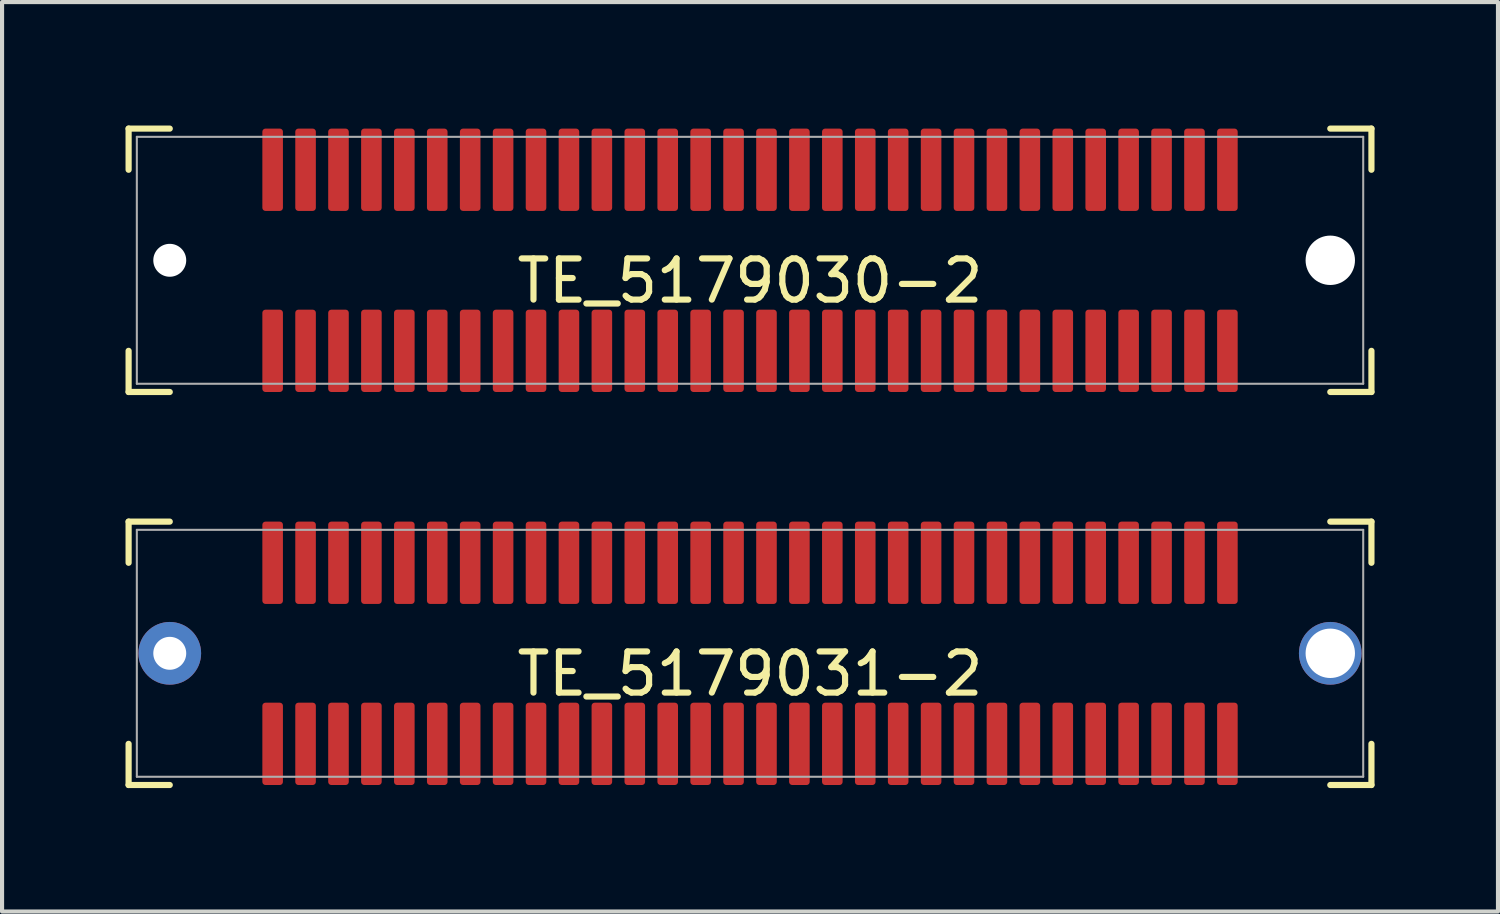
<source format=kicad_pcb>
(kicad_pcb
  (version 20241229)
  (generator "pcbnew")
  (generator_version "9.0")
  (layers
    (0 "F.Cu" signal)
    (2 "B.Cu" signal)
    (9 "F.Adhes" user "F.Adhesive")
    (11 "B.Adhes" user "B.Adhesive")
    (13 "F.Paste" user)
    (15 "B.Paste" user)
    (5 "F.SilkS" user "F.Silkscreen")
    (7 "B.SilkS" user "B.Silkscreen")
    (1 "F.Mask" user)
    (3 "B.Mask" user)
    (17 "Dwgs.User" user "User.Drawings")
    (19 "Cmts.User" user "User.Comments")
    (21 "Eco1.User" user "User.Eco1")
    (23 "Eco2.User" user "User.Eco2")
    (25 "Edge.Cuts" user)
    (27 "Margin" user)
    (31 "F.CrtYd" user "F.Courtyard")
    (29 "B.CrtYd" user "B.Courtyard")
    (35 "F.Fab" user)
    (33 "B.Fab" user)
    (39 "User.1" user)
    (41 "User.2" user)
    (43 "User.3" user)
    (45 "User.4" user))
  (footprint "TE_5179031-2"
    (layer "F.Cu")
    (at 15.175 12.825)
    (property "Reference" "TE_5179031-2" (at 0 0.5 0) (layer "F.SilkS") (effects (font (size 1 1) (thickness 0.15))))
    (attr through_hole)
    (fp_line (start -15.1 -3.2) (end -15.1 -2.2) (stroke (width 0.15) (type solid)) (layer "F.SilkS"))
    (fp_line (start -15.1 -3.2) (end -14.1 -3.2) (stroke (width 0.15) (type solid)) (layer "F.SilkS"))
    (fp_line (start -15.1 3.2) (end -15.1 2.2) (stroke (width 0.15) (type solid)) (layer "F.SilkS"))
    (fp_line (start -15.1 3.2) (end -14.1 3.2) (stroke (width 0.15) (type solid)) (layer "F.SilkS"))
    (fp_line (start 15.1 -3.2) (end 14.1 -3.2) (stroke (width 0.15) (type solid)) (layer "F.SilkS"))
    (fp_line (start 15.1 -3.2) (end 15.1 -2.2) (stroke (width 0.15) (type solid)) (layer "F.SilkS"))
    (fp_line (start 15.1 3.2) (end 14.1 3.2) (stroke (width 0.15) (type solid)) (layer "F.SilkS"))
    (fp_line (start 15.1 3.2) (end 15.1 2.2) (stroke (width 0.15) (type solid)) (layer "F.SilkS"))
    (fp_line (start -14.9 -3) (end 14.9 -3) (stroke (width 0.05) (type solid)) (layer "F.Fab"))
    (fp_line (start -14.9 3) (end -14.9 -3) (stroke (width 0.05) (type solid)) (layer "F.Fab"))
    (fp_line (start 14.9 -3) (end 14.9 3) (stroke (width 0.05) (type solid)) (layer "F.Fab"))
    (fp_line (start 14.9 3) (end -14.9 3) (stroke (width 0.05) (type solid)) (layer "F.Fab"))
    (pad "" np_thru_hole circle (at -14.1 0) (size 1.524 1.524) (drill 0.8) (layers "*.Cu" "*.Mask"))
    (pad "" np_thru_hole circle (at 14.1 0) (size 1.524 1.524) (drill 1.2) (layers "*.Cu" "*.Mask"))
    (pad "1" smd roundrect (at -11.6 2.2) (size 0.5 2) (layers "F.Cu" "F.Mask" "F.Paste") (roundrect_rratio 0.15))
    (pad "2" smd roundrect (at -11.6 -2.2) (size 0.5 2) (layers "F.Cu" "F.Mask" "F.Paste") (roundrect_rratio 0.15))
    (pad "3" smd roundrect (at -10.8 2.2) (size 0.5 2) (layers "F.Cu" "F.Mask" "F.Paste") (roundrect_rratio 0.15))
    (pad "4" smd roundrect (at -10.8 -2.2) (size 0.5 2) (layers "F.Cu" "F.Mask" "F.Paste") (roundrect_rratio 0.15))
    (pad "5" smd roundrect (at -10 2.2) (size 0.5 2) (layers "F.Cu" "F.Mask" "F.Paste") (roundrect_rratio 0.15))
    (pad "6" smd roundrect (at -10 -2.2) (size 0.5 2) (layers "F.Cu" "F.Mask" "F.Paste") (roundrect_rratio 0.15))
    (pad "7" smd roundrect (at -9.2 2.2) (size 0.5 2) (layers "F.Cu" "F.Mask" "F.Paste") (roundrect_rratio 0.15))
    (pad "8" smd roundrect (at -9.2 -2.2) (size 0.5 2) (layers "F.Cu" "F.Mask" "F.Paste") (roundrect_rratio 0.15))
    (pad "9" smd roundrect (at -8.4 2.2) (size 0.5 2) (layers "F.Cu" "F.Mask" "F.Paste") (roundrect_rratio 0.15))
    (pad "10" smd roundrect (at -8.4 -2.2) (size 0.5 2) (layers "F.Cu" "F.Mask" "F.Paste") (roundrect_rratio 0.15))
    (pad "11" smd roundrect (at -7.6 2.2) (size 0.5 2) (layers "F.Cu" "F.Mask" "F.Paste") (roundrect_rratio 0.15))
    (pad "12" smd roundrect (at -7.6 -2.2) (size 0.5 2) (layers "F.Cu" "F.Mask" "F.Paste") (roundrect_rratio 0.15))
    (pad "13" smd roundrect (at -6.8 2.2) (size 0.5 2) (layers "F.Cu" "F.Mask" "F.Paste") (roundrect_rratio 0.15))
    (pad "14" smd roundrect (at -6.8 -2.2) (size 0.5 2) (layers "F.Cu" "F.Mask" "F.Paste") (roundrect_rratio 0.15))
    (pad "15" smd roundrect (at -6 2.2) (size 0.5 2) (layers "F.Cu" "F.Mask" "F.Paste") (roundrect_rratio 0.15))
    (pad "16" smd roundrect (at -6 -2.2) (size 0.5 2) (layers "F.Cu" "F.Mask" "F.Paste") (roundrect_rratio 0.15))
    (pad "17" smd roundrect (at -5.2 2.2) (size 0.5 2) (layers "F.Cu" "F.Mask" "F.Paste") (roundrect_rratio 0.15))
    (pad "18" smd roundrect (at -5.2 -2.2) (size 0.5 2) (layers "F.Cu" "F.Mask" "F.Paste") (roundrect_rratio 0.15))
    (pad "19" smd roundrect (at -4.4 2.2) (size 0.5 2) (layers "F.Cu" "F.Mask" "F.Paste") (roundrect_rratio 0.15))
    (pad "20" smd roundrect (at -4.4 -2.2) (size 0.5 2) (layers "F.Cu" "F.Mask" "F.Paste") (roundrect_rratio 0.15))
    (pad "21" smd roundrect (at -3.6 2.2) (size 0.5 2) (layers "F.Cu" "F.Mask" "F.Paste") (roundrect_rratio 0.15))
    (pad "22" smd roundrect (at -3.6 -2.2) (size 0.5 2) (layers "F.Cu" "F.Mask" "F.Paste") (roundrect_rratio 0.15))
    (pad "23" smd roundrect (at -2.8 2.2) (size 0.5 2) (layers "F.Cu" "F.Mask" "F.Paste") (roundrect_rratio 0.15))
    (pad "24" smd roundrect (at -2.8 -2.2) (size 0.5 2) (layers "F.Cu" "F.Mask" "F.Paste") (roundrect_rratio 0.15))
    (pad "25" smd roundrect (at -2 2.2) (size 0.5 2) (layers "F.Cu" "F.Mask" "F.Paste") (roundrect_rratio 0.15))
    (pad "26" smd roundrect (at -2 -2.2) (size 0.5 2) (layers "F.Cu" "F.Mask" "F.Paste") (roundrect_rratio 0.15))
    (pad "27" smd roundrect (at -1.2 2.2) (size 0.5 2) (layers "F.Cu" "F.Mask" "F.Paste") (roundrect_rratio 0.15))
    (pad "28" smd roundrect (at -1.2 -2.2) (size 0.5 2) (layers "F.Cu" "F.Mask" "F.Paste") (roundrect_rratio 0.15))
    (pad "29" smd roundrect (at -0.4 2.2) (size 0.5 2) (layers "F.Cu" "F.Mask" "F.Paste") (roundrect_rratio 0.15))
    (pad "30" smd roundrect (at -0.4 -2.2) (size 0.5 2) (layers "F.Cu" "F.Mask" "F.Paste") (roundrect_rratio 0.15))
    (pad "31" smd roundrect (at 0.4 2.2) (size 0.5 2) (layers "F.Cu" "F.Mask" "F.Paste") (roundrect_rratio 0.15))
    (pad "32" smd roundrect (at 0.4 -2.2) (size 0.5 2) (layers "F.Cu" "F.Mask" "F.Paste") (roundrect_rratio 0.15))
    (pad "33" smd roundrect (at 1.2 2.2) (size 0.5 2) (layers "F.Cu" "F.Mask" "F.Paste") (roundrect_rratio 0.15))
    (pad "34" smd roundrect (at 1.2 -2.2) (size 0.5 2) (layers "F.Cu" "F.Mask" "F.Paste") (roundrect_rratio 0.15))
    (pad "35" smd roundrect (at 2 2.2) (size 0.5 2) (layers "F.Cu" "F.Mask" "F.Paste") (roundrect_rratio 0.15))
    (pad "36" smd roundrect (at 2 -2.2) (size 0.5 2) (layers "F.Cu" "F.Mask" "F.Paste") (roundrect_rratio 0.15))
    (pad "37" smd roundrect (at 2.8 2.2) (size 0.5 2) (layers "F.Cu" "F.Mask" "F.Paste") (roundrect_rratio 0.15))
    (pad "38" smd roundrect (at 2.8 -2.2) (size 0.5 2) (layers "F.Cu" "F.Mask" "F.Paste") (roundrect_rratio 0.15))
    (pad "39" smd roundrect (at 3.6 2.2) (size 0.5 2) (layers "F.Cu" "F.Mask" "F.Paste") (roundrect_rratio 0.15))
    (pad "40" smd roundrect (at 3.6 -2.2) (size 0.5 2) (layers "F.Cu" "F.Mask" "F.Paste") (roundrect_rratio 0.15))
    (pad "41" smd roundrect (at 4.4 2.2) (size 0.5 2) (layers "F.Cu" "F.Mask" "F.Paste") (roundrect_rratio 0.15))
    (pad "42" smd roundrect (at 4.4 -2.2) (size 0.5 2) (layers "F.Cu" "F.Mask" "F.Paste") (roundrect_rratio 0.15))
    (pad "43" smd roundrect (at 5.2 2.2) (size 0.5 2) (layers "F.Cu" "F.Mask" "F.Paste") (roundrect_rratio 0.15))
    (pad "44" smd roundrect (at 5.2 -2.2) (size 0.5 2) (layers "F.Cu" "F.Mask" "F.Paste") (roundrect_rratio 0.15))
    (pad "45" smd roundrect (at 6 2.2) (size 0.5 2) (layers "F.Cu" "F.Mask" "F.Paste") (roundrect_rratio 0.15))
    (pad "46" smd roundrect (at 6 -2.2) (size 0.5 2) (layers "F.Cu" "F.Mask" "F.Paste") (roundrect_rratio 0.15))
    (pad "47" smd roundrect (at 6.8 2.2) (size 0.5 2) (layers "F.Cu" "F.Mask" "F.Paste") (roundrect_rratio 0.15))
    (pad "48" smd roundrect (at 6.8 -2.2) (size 0.5 2) (layers "F.Cu" "F.Mask" "F.Paste") (roundrect_rratio 0.15))
    (pad "49" smd roundrect (at 7.6 2.2) (size 0.5 2) (layers "F.Cu" "F.Mask" "F.Paste") (roundrect_rratio 0.15))
    (pad "50" smd roundrect (at 7.6 -2.2) (size 0.5 2) (layers "F.Cu" "F.Mask" "F.Paste") (roundrect_rratio 0.15))
    (pad "51" smd roundrect (at 8.4 2.2) (size 0.5 2) (layers "F.Cu" "F.Mask" "F.Paste") (roundrect_rratio 0.15))
    (pad "52" smd roundrect (at 8.4 -2.2) (size 0.5 2) (layers "F.Cu" "F.Mask" "F.Paste") (roundrect_rratio 0.15))
    (pad "53" smd roundrect (at 9.2 2.2) (size 0.5 2) (layers "F.Cu" "F.Mask" "F.Paste") (roundrect_rratio 0.15))
    (pad "54" smd roundrect (at 9.2 -2.2) (size 0.5 2) (layers "F.Cu" "F.Mask" "F.Paste") (roundrect_rratio 0.15))
    (pad "55" smd roundrect (at 10 2.2) (size 0.5 2) (layers "F.Cu" "F.Mask" "F.Paste") (roundrect_rratio 0.15))
    (pad "56" smd roundrect (at 10 -2.2) (size 0.5 2) (layers "F.Cu" "F.Mask" "F.Paste") (roundrect_rratio 0.15))
    (pad "57" smd roundrect (at 10.8 2.2) (size 0.5 2) (layers "F.Cu" "F.Mask" "F.Paste") (roundrect_rratio 0.15))
    (pad "58" smd roundrect (at 10.8 -2.2) (size 0.5 2) (layers "F.Cu" "F.Mask" "F.Paste") (roundrect_rratio 0.15))
    (pad "59" smd roundrect (at 11.6 2.2) (size 0.5 2) (layers "F.Cu" "F.Mask" "F.Paste") (roundrect_rratio 0.15))
    (pad "60" smd roundrect (at 11.6 -2.2) (size 0.5 2) (layers "F.Cu" "F.Mask" "F.Paste") (roundrect_rratio 0.15)))
  (footprint "TE_5179030-2"
    (layer "F.Cu")
    (at 15.175 3.275)
    (property "Reference" "TE_5179030-2" (at 0 0.5 0) (layer "F.SilkS") (effects (font (size 1 1) (thickness 0.15))))
    (attr through_hole)
    (fp_line (start -15.1 -3.2) (end -15.1 -2.2) (stroke (width 0.15) (type solid)) (layer "F.SilkS"))
    (fp_line (start -15.1 -3.2) (end -14.1 -3.2) (stroke (width 0.15) (type solid)) (layer "F.SilkS"))
    (fp_line (start -15.1 3.2) (end -15.1 2.2) (stroke (width 0.15) (type solid)) (layer "F.SilkS"))
    (fp_line (start -15.1 3.2) (end -14.1 3.2) (stroke (width 0.15) (type solid)) (layer "F.SilkS"))
    (fp_line (start 15.1 -3.2) (end 14.1 -3.2) (stroke (width 0.15) (type solid)) (layer "F.SilkS"))
    (fp_line (start 15.1 -3.2) (end 15.1 -2.2) (stroke (width 0.15) (type solid)) (layer "F.SilkS"))
    (fp_line (start 15.1 3.2) (end 14.1 3.2) (stroke (width 0.15) (type solid)) (layer "F.SilkS"))
    (fp_line (start 15.1 3.2) (end 15.1 2.2) (stroke (width 0.15) (type solid)) (layer "F.SilkS"))
    (fp_line (start -14.9 -3) (end 14.9 -3) (stroke (width 0.05) (type solid)) (layer "F.Fab"))
    (fp_line (start -14.9 3) (end -14.9 -3) (stroke (width 0.05) (type solid)) (layer "F.Fab"))
    (fp_line (start 14.9 -3) (end 14.9 3) (stroke (width 0.05) (type solid)) (layer "F.Fab"))
    (fp_line (start 14.9 3) (end -14.9 3) (stroke (width 0.05) (type solid)) (layer "F.Fab"))
    (pad "" np_thru_hole circle (at -14.1 0) (size 0.8 0.8) (drill 0.8) (layers "*.Cu" "*.Mask"))
    (pad "" np_thru_hole circle (at 14.1 0) (size 1.2 1.2) (drill 1.2) (layers "*.Cu" "*.Mask"))
    (pad "1" smd roundrect (at -11.6 -2.2) (size 0.5 2) (layers "F.Cu" "F.Mask" "F.Paste") (roundrect_rratio 0.15))
    (pad "2" smd roundrect (at -11.6 2.2) (size 0.5 2) (layers "F.Cu" "F.Mask" "F.Paste") (roundrect_rratio 0.15))
    (pad "3" smd roundrect (at -10.8 -2.2) (size 0.5 2) (layers "F.Cu" "F.Mask" "F.Paste") (roundrect_rratio 0.15))
    (pad "4" smd roundrect (at -10.8 2.2) (size 0.5 2) (layers "F.Cu" "F.Mask" "F.Paste") (roundrect_rratio 0.15))
    (pad "5" smd roundrect (at -10 -2.2) (size 0.5 2) (layers "F.Cu" "F.Mask" "F.Paste") (roundrect_rratio 0.15))
    (pad "6" smd roundrect (at -10 2.2) (size 0.5 2) (layers "F.Cu" "F.Mask" "F.Paste") (roundrect_rratio 0.15))
    (pad "7" smd roundrect (at -9.2 -2.2) (size 0.5 2) (layers "F.Cu" "F.Mask" "F.Paste") (roundrect_rratio 0.15))
    (pad "8" smd roundrect (at -9.2 2.2) (size 0.5 2) (layers "F.Cu" "F.Mask" "F.Paste") (roundrect_rratio 0.15))
    (pad "9" smd roundrect (at -8.4 -2.2) (size 0.5 2) (layers "F.Cu" "F.Mask" "F.Paste") (roundrect_rratio 0.15))
    (pad "10" smd roundrect (at -8.4 2.2) (size 0.5 2) (layers "F.Cu" "F.Mask" "F.Paste") (roundrect_rratio 0.15))
    (pad "11" smd roundrect (at -7.6 -2.2) (size 0.5 2) (layers "F.Cu" "F.Mask" "F.Paste") (roundrect_rratio 0.15))
    (pad "12" smd roundrect (at -7.6 2.2) (size 0.5 2) (layers "F.Cu" "F.Mask" "F.Paste") (roundrect_rratio 0.15))
    (pad "13" smd roundrect (at -6.8 -2.2) (size 0.5 2) (layers "F.Cu" "F.Mask" "F.Paste") (roundrect_rratio 0.15))
    (pad "14" smd roundrect (at -6.8 2.2) (size 0.5 2) (layers "F.Cu" "F.Mask" "F.Paste") (roundrect_rratio 0.15))
    (pad "15" smd roundrect (at -6 -2.2) (size 0.5 2) (layers "F.Cu" "F.Mask" "F.Paste") (roundrect_rratio 0.15))
    (pad "16" smd roundrect (at -6 2.2) (size 0.5 2) (layers "F.Cu" "F.Mask" "F.Paste") (roundrect_rratio 0.15))
    (pad "17" smd roundrect (at -5.2 -2.2) (size 0.5 2) (layers "F.Cu" "F.Mask" "F.Paste") (roundrect_rratio 0.15))
    (pad "18" smd roundrect (at -5.2 2.2) (size 0.5 2) (layers "F.Cu" "F.Mask" "F.Paste") (roundrect_rratio 0.15))
    (pad "19" smd roundrect (at -4.4 -2.2) (size 0.5 2) (layers "F.Cu" "F.Mask" "F.Paste") (roundrect_rratio 0.15))
    (pad "20" smd roundrect (at -4.4 2.2) (size 0.5 2) (layers "F.Cu" "F.Mask" "F.Paste") (roundrect_rratio 0.15))
    (pad "21" smd roundrect (at -3.6 -2.2) (size 0.5 2) (layers "F.Cu" "F.Mask" "F.Paste") (roundrect_rratio 0.15))
    (pad "22" smd roundrect (at -3.6 2.2) (size 0.5 2) (layers "F.Cu" "F.Mask" "F.Paste") (roundrect_rratio 0.15))
    (pad "23" smd roundrect (at -2.8 -2.2) (size 0.5 2) (layers "F.Cu" "F.Mask" "F.Paste") (roundrect_rratio 0.15))
    (pad "24" smd roundrect (at -2.8 2.2) (size 0.5 2) (layers "F.Cu" "F.Mask" "F.Paste") (roundrect_rratio 0.15))
    (pad "25" smd roundrect (at -2 -2.2) (size 0.5 2) (layers "F.Cu" "F.Mask" "F.Paste") (roundrect_rratio 0.15))
    (pad "26" smd roundrect (at -2 2.2) (size 0.5 2) (layers "F.Cu" "F.Mask" "F.Paste") (roundrect_rratio 0.15))
    (pad "27" smd roundrect (at -1.2 -2.2) (size 0.5 2) (layers "F.Cu" "F.Mask" "F.Paste") (roundrect_rratio 0.15))
    (pad "28" smd roundrect (at -1.2 2.2) (size 0.5 2) (layers "F.Cu" "F.Mask" "F.Paste") (roundrect_rratio 0.15))
    (pad "29" smd roundrect (at -0.4 -2.2) (size 0.5 2) (layers "F.Cu" "F.Mask" "F.Paste") (roundrect_rratio 0.15))
    (pad "30" smd roundrect (at -0.4 2.2) (size 0.5 2) (layers "F.Cu" "F.Mask" "F.Paste") (roundrect_rratio 0.15))
    (pad "31" smd roundrect (at 0.4 -2.2) (size 0.5 2) (layers "F.Cu" "F.Mask" "F.Paste") (roundrect_rratio 0.15))
    (pad "32" smd roundrect (at 0.4 2.2) (size 0.5 2) (layers "F.Cu" "F.Mask" "F.Paste") (roundrect_rratio 0.15))
    (pad "33" smd roundrect (at 1.2 -2.2) (size 0.5 2) (layers "F.Cu" "F.Mask" "F.Paste") (roundrect_rratio 0.15))
    (pad "34" smd roundrect (at 1.2 2.2) (size 0.5 2) (layers "F.Cu" "F.Mask" "F.Paste") (roundrect_rratio 0.15))
    (pad "35" smd roundrect (at 2 -2.2) (size 0.5 2) (layers "F.Cu" "F.Mask" "F.Paste") (roundrect_rratio 0.15))
    (pad "36" smd roundrect (at 2 2.2) (size 0.5 2) (layers "F.Cu" "F.Mask" "F.Paste") (roundrect_rratio 0.15))
    (pad "37" smd roundrect (at 2.8 -2.2) (size 0.5 2) (layers "F.Cu" "F.Mask" "F.Paste") (roundrect_rratio 0.15))
    (pad "38" smd roundrect (at 2.8 2.2) (size 0.5 2) (layers "F.Cu" "F.Mask" "F.Paste") (roundrect_rratio 0.15))
    (pad "39" smd roundrect (at 3.6 -2.2) (size 0.5 2) (layers "F.Cu" "F.Mask" "F.Paste") (roundrect_rratio 0.15))
    (pad "40" smd roundrect (at 3.6 2.2) (size 0.5 2) (layers "F.Cu" "F.Mask" "F.Paste") (roundrect_rratio 0.15))
    (pad "41" smd roundrect (at 4.4 -2.2) (size 0.5 2) (layers "F.Cu" "F.Mask" "F.Paste") (roundrect_rratio 0.15))
    (pad "42" smd roundrect (at 4.4 2.2) (size 0.5 2) (layers "F.Cu" "F.Mask" "F.Paste") (roundrect_rratio 0.15))
    (pad "43" smd roundrect (at 5.2 -2.2) (size 0.5 2) (layers "F.Cu" "F.Mask" "F.Paste") (roundrect_rratio 0.15))
    (pad "44" smd roundrect (at 5.2 2.2) (size 0.5 2) (layers "F.Cu" "F.Mask" "F.Paste") (roundrect_rratio 0.15))
    (pad "45" smd roundrect (at 6 -2.2) (size 0.5 2) (layers "F.Cu" "F.Mask" "F.Paste") (roundrect_rratio 0.15))
    (pad "46" smd roundrect (at 6 2.2) (size 0.5 2) (layers "F.Cu" "F.Mask" "F.Paste") (roundrect_rratio 0.15))
    (pad "47" smd roundrect (at 6.8 -2.2) (size 0.5 2) (layers "F.Cu" "F.Mask" "F.Paste") (roundrect_rratio 0.15))
    (pad "48" smd roundrect (at 6.8 2.2) (size 0.5 2) (layers "F.Cu" "F.Mask" "F.Paste") (roundrect_rratio 0.15))
    (pad "49" smd roundrect (at 7.6 -2.2) (size 0.5 2) (layers "F.Cu" "F.Mask" "F.Paste") (roundrect_rratio 0.15))
    (pad "50" smd roundrect (at 7.6 2.2) (size 0.5 2) (layers "F.Cu" "F.Mask" "F.Paste") (roundrect_rratio 0.15))
    (pad "51" smd roundrect (at 8.4 -2.2) (size 0.5 2) (layers "F.Cu" "F.Mask" "F.Paste") (roundrect_rratio 0.15))
    (pad "52" smd roundrect (at 8.4 2.2) (size 0.5 2) (layers "F.Cu" "F.Mask" "F.Paste") (roundrect_rratio 0.15))
    (pad "53" smd roundrect (at 9.2 -2.2) (size 0.5 2) (layers "F.Cu" "F.Mask" "F.Paste") (roundrect_rratio 0.15))
    (pad "54" smd roundrect (at 9.2 2.2) (size 0.5 2) (layers "F.Cu" "F.Mask" "F.Paste") (roundrect_rratio 0.15))
    (pad "55" smd roundrect (at 10 -2.2) (size 0.5 2) (layers "F.Cu" "F.Mask" "F.Paste") (roundrect_rratio 0.15))
    (pad "56" smd roundrect (at 10 2.2) (size 0.5 2) (layers "F.Cu" "F.Mask" "F.Paste") (roundrect_rratio 0.15))
    (pad "57" smd roundrect (at 10.8 -2.2) (size 0.5 2) (layers "F.Cu" "F.Mask" "F.Paste") (roundrect_rratio 0.15))
    (pad "58" smd roundrect (at 10.8 2.2) (size 0.5 2) (layers "F.Cu" "F.Mask" "F.Paste") (roundrect_rratio 0.15))
    (pad "59" smd roundrect (at 11.6 -2.2) (size 0.5 2) (layers "F.Cu" "F.Mask" "F.Paste") (roundrect_rratio 0.15))
    (pad "60" smd roundrect (at 11.6 2.2) (size 0.5 2) (layers "F.Cu" "F.Mask" "F.Paste") (roundrect_rratio 0.15)))
  (gr_rect
    (start -3 -3)
    (end 33.35 19.1)
    (stroke (width 0.1) (type default))
    (fill no)
    (layer "Edge.Cuts")))
</source>
